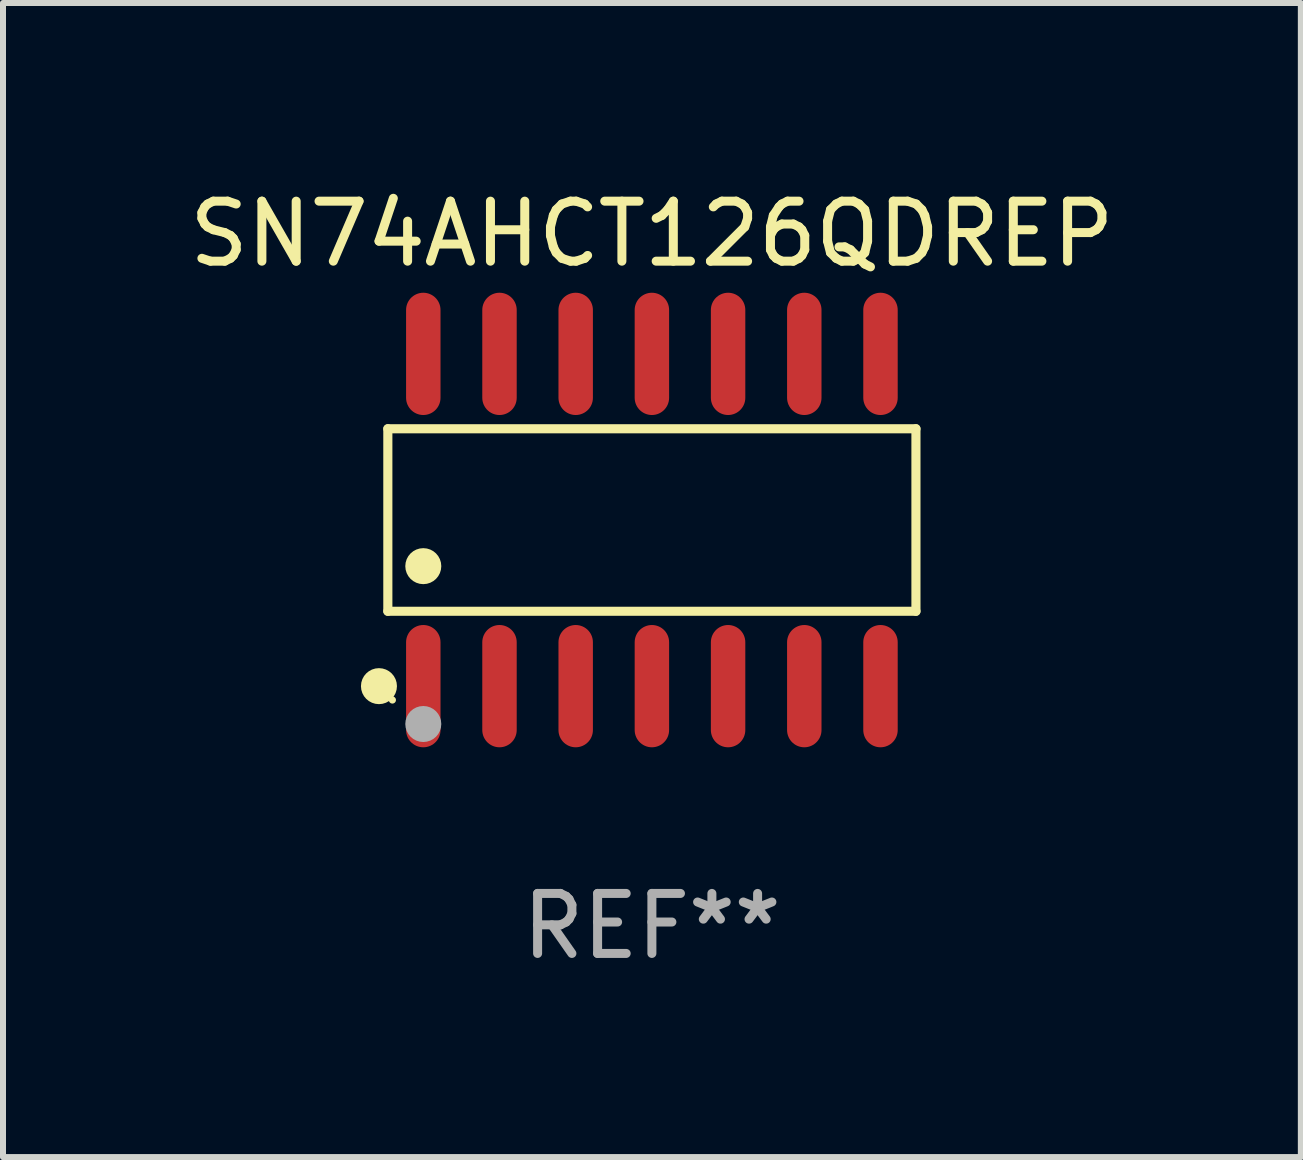
<source format=kicad_pcb>
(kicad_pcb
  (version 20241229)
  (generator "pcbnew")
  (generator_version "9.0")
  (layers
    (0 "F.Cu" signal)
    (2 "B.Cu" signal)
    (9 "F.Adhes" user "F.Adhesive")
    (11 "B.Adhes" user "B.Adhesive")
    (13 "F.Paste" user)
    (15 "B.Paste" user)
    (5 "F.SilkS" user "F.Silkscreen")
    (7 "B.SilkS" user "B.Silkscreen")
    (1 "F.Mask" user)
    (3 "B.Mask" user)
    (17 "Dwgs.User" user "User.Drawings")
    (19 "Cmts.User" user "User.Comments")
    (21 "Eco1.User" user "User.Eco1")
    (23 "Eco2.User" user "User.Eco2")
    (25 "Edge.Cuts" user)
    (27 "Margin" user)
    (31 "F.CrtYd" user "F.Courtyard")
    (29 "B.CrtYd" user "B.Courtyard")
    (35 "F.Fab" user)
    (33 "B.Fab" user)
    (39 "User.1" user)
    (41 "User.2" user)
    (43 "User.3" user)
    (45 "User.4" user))
  (footprint "SN74AHCT126QDREP"
    (layer "F.Cu")
    (at 7.815 5.617)
    (property "Reference" "SN74AHCT126QDREP" (at 0 -4.769 0) (layer "F.SilkS") (effects (font (size 1 1) (thickness 0.15))))
    (attr through_hole)
    (fp_line (start -4.401 -1.521) (end 4.401 -1.521) (stroke (width 0.152) (type solid)) (layer "F.SilkS"))
    (fp_line (start -4.401 1.521) (end -4.401 -1.521) (stroke (width 0.152) (type solid)) (layer "F.SilkS"))
    (fp_line (start 4.401 -1.521) (end 4.401 1.521) (stroke (width 0.152) (type solid)) (layer "F.SilkS"))
    (fp_line (start 4.401 1.521) (end -4.401 1.521) (stroke (width 0.152) (type solid)) (layer "F.SilkS"))
    (fp_circle (center -4.549 2.769) (end -4.399 2.769) (stroke (width 0.3) (type solid)) (fill no) (layer "F.SilkS"))
    (fp_circle (center -4.325 3) (end -4.295 3) (stroke (width 0.06) (type solid)) (fill no) (layer "F.SilkS"))
    (fp_circle (center -3.81 0.769) (end -3.66 0.769) (stroke (width 0.3) (type solid)) (fill no) (layer "F.SilkS"))
    (fp_circle (center -3.81 3.4) (end -3.66 3.4) (stroke (width 0.3) (type solid)) (fill no) (layer "F.Fab"))
    (fp_text user "REF**" (at 0 6.769 0) (layer "F.Fab") (effects (font (size 1 1) (thickness 0.15))))
    (pad "1" smd oval (at -3.81 2.769) (size 0.574 2.038) (layers "F.Cu" "F.Mask" "F.Paste"))
    (pad "2" smd oval (at -2.54 2.769) (size 0.574 2.038) (layers "F.Cu" "F.Mask" "F.Paste"))
    (pad "3" smd oval (at -1.27 2.769) (size 0.574 2.038) (layers "F.Cu" "F.Mask" "F.Paste"))
    (pad "4" smd oval (at 0 2.769) (size 0.574 2.038) (layers "F.Cu" "F.Mask" "F.Paste"))
    (pad "5" smd oval (at 1.27 2.769) (size 0.574 2.038) (layers "F.Cu" "F.Mask" "F.Paste"))
    (pad "6" smd oval (at 2.54 2.769) (size 0.574 2.038) (layers "F.Cu" "F.Mask" "F.Paste"))
    (pad "7" smd oval (at 3.81 2.769) (size 0.574 2.038) (layers "F.Cu" "F.Mask" "F.Paste"))
    (pad "8" smd oval (at 3.81 -2.769) (size 0.574 2.038) (layers "F.Cu" "F.Mask" "F.Paste"))
    (pad "9" smd oval (at 2.54 -2.769) (size 0.574 2.038) (layers "F.Cu" "F.Mask" "F.Paste"))
    (pad "10" smd oval (at 1.27 -2.769) (size 0.574 2.038) (layers "F.Cu" "F.Mask" "F.Paste"))
    (pad "11" smd oval (at 0 -2.769) (size 0.574 2.038) (layers "F.Cu" "F.Mask" "F.Paste"))
    (pad "12" smd oval (at -1.27 -2.769) (size 0.574 2.038) (layers "F.Cu" "F.Mask" "F.Paste"))
    (pad "13" smd oval (at -2.54 -2.769) (size 0.574 2.038) (layers "F.Cu" "F.Mask" "F.Paste"))
    (pad "14" smd oval (at -3.81 -2.769) (size 0.574 2.038) (layers "F.Cu" "F.Mask" "F.Paste")))
  (gr_rect
    (start -3 -3)
    (end 18.631 16.235)
    (stroke (width 0.1) (type default))
    (fill no)
    (layer "Edge.Cuts")))
</source>
